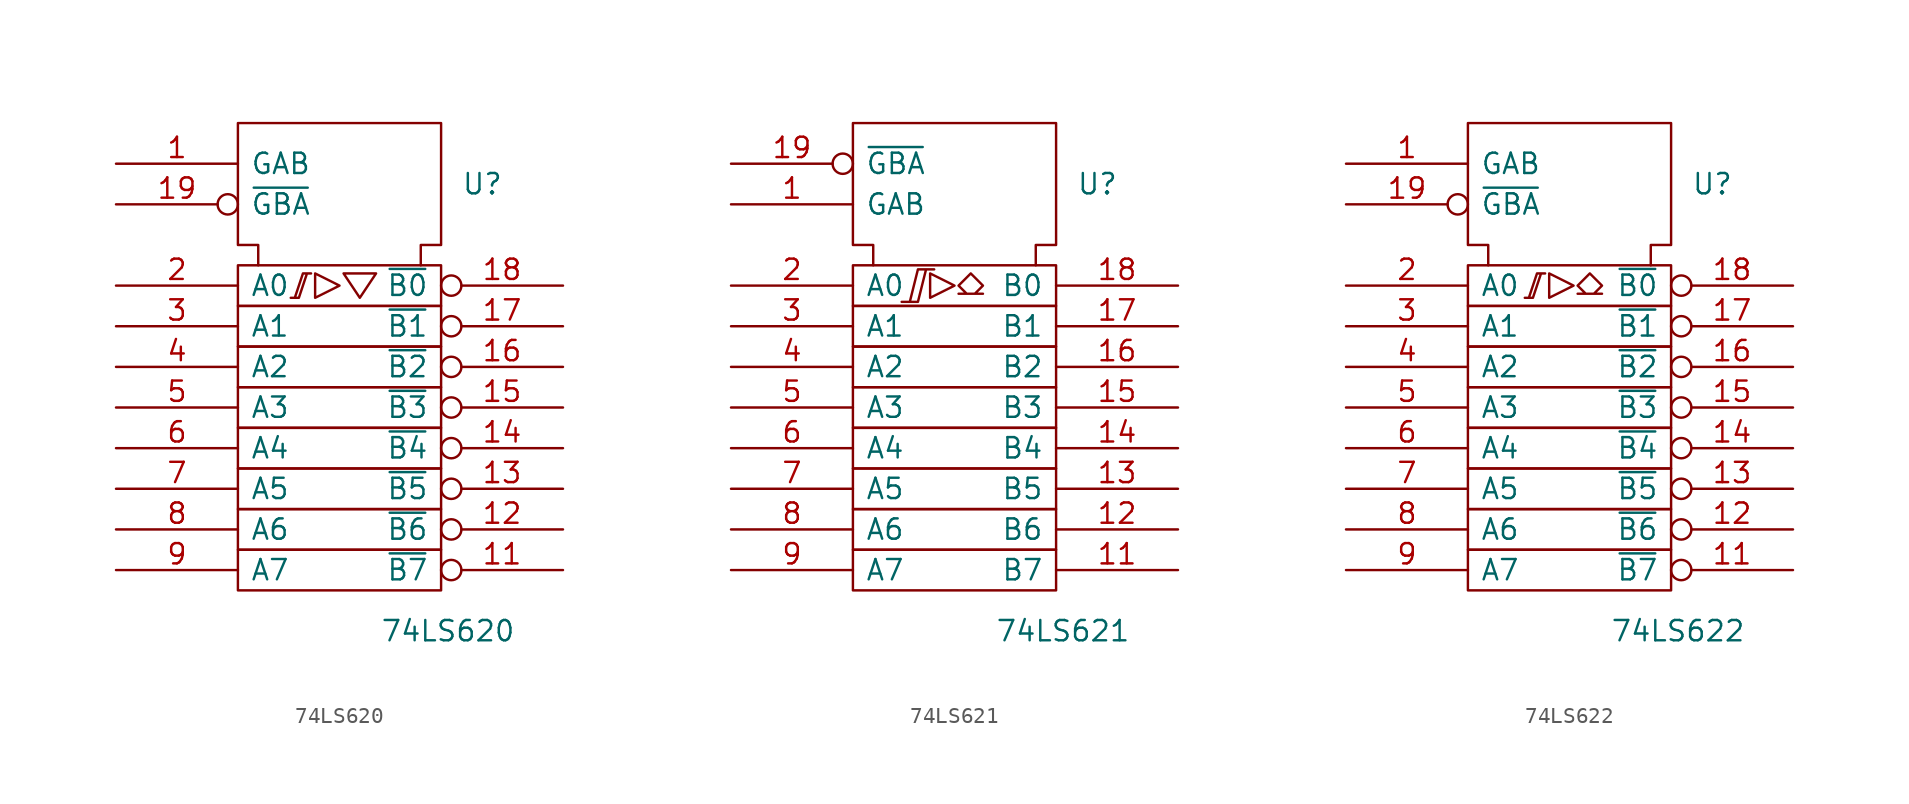
<source format=kicad_sym>
(kicad_symbol_lib
  (version 20231120)
  (generator "kicad_symbol_editor")
  (generator_version "8.0")
  (symbol "74LS620"
    (pin_names
      (offset 0.762))
    (property "Reference" "U"
      (at 7.62 12.7 0)
      (effects (font (size 1.27 1.27)) (justify left)))
    (property "Value" "74LS620"
      (at 2.54 -15.24 0)
      (effects (font (size 1.27 1.27)) (justify left)))
    (symbol "74LS620_0_0"
      (polyline (pts (xy -1.524 7.112) (xy -1.524 5.588) (xy 0 6.35) (xy -1.524 7.112) (xy -1.524 7.112)) (stroke (width 0) (type default)) (fill (type none)))
      (polyline (pts (xy 0.254 7.112) (xy 2.286 7.112) (xy 1.27 5.588) (xy 0.254 7.112) (xy 0.254 7.112)) (stroke (width 0) (type default)) (fill (type none)))
      (polyline (pts (xy -2.54 5.588) (xy -3.048 5.588) (xy -2.54 5.588) (xy -2.032 7.112) (xy -1.778 7.112) (xy -2.286 7.112) (xy -2.794 5.588) (xy -2.794 5.588)) (stroke (width 0) (type default)) (fill (type none)))
      (pin power_in line (at 1.27 16.51 270) (length 0) hide (name "GND" (effects (font (size 1.27 1.27)))) (number "10" (effects (font (size 1.27 1.27)))))
      (pin power_in line (at 5.08 16.51 270) (length 0) hide (name "VCC" (effects (font (size 1.27 1.27)))) (number "20" (effects (font (size 1.27 1.27))))))
    (symbol "74LS620_0_1"
      (rectangle (start -6.35 -10.16) (end 6.35 -12.7) (stroke (width 0) (type default)) (fill (type none)))
      (rectangle (start -6.35 -7.62) (end 6.35 -10.16) (stroke (width 0) (type default)) (fill (type none)))
      (rectangle (start -6.35 -5.08) (end 6.35 -7.62) (stroke (width 0) (type default)) (fill (type none)))
      (rectangle (start -6.35 -2.54) (end 6.35 -5.08) (stroke (width 0) (type default)) (fill (type none)))
      (rectangle (start -6.35 0) (end 6.35 -2.54) (stroke (width 0) (type default)) (fill (type none)))
      (rectangle (start -6.35 2.54) (end 6.35 0) (stroke (width 0) (type default)) (fill (type none)))
      (rectangle (start -6.35 5.08) (end 6.35 2.54) (stroke (width 0) (type default)) (fill (type none)))
      (rectangle (start -6.35 7.62) (end 6.35 5.08) (stroke (width 0) (type default)) (fill (type none)))
      (polyline (pts (xy -5.08 7.62) (xy -5.08 8.89) (xy -6.35 8.89) (xy -6.35 16.51) (xy 6.35 16.51) (xy 6.35 8.89) (xy 5.08 8.89) (xy 5.08 7.62) (xy 5.08 7.62)) (stroke (width 0) (type default)) (fill (type none))))
    (symbol "74LS620_1_1"
      (pin input line (at -13.97 13.97 0) (length 7.62) (name "GAB" (effects (font (size 1.27 1.27)))) (number "1" (effects (font (size 1.27 1.27)))))
      (pin tri_state inverted (at 13.97 -11.43 180) (length 7.62) (name "~{B7}" (effects (font (size 1.27 1.27)))) (number "11" (effects (font (size 1.27 1.27)))))
      (pin tri_state inverted (at 13.97 -8.89 180) (length 7.62) (name "~{B6}" (effects (font (size 1.27 1.27)))) (number "12" (effects (font (size 1.27 1.27)))))
      (pin tri_state inverted (at 13.97 -6.35 180) (length 7.62) (name "~{B5}" (effects (font (size 1.27 1.27)))) (number "13" (effects (font (size 1.27 1.27)))))
      (pin tri_state inverted (at 13.97 -3.81 180) (length 7.62) (name "~{B4}" (effects (font (size 1.27 1.27)))) (number "14" (effects (font (size 1.27 1.27)))))
      (pin tri_state inverted (at 13.97 -1.27 180) (length 7.62) (name "~{B3}" (effects (font (size 1.27 1.27)))) (number "15" (effects (font (size 1.27 1.27)))))
      (pin tri_state inverted (at 13.97 1.27 180) (length 7.62) (name "~{B2}" (effects (font (size 1.27 1.27)))) (number "16" (effects (font (size 1.27 1.27)))))
      (pin tri_state inverted (at 13.97 3.81 180) (length 7.62) (name "~{B1}" (effects (font (size 1.27 1.27)))) (number "17" (effects (font (size 1.27 1.27)))))
      (pin tri_state inverted (at 13.97 6.35 180) (length 7.62) (name "~{B0}" (effects (font (size 1.27 1.27)))) (number "18" (effects (font (size 1.27 1.27)))))
      (pin input inverted (at -13.97 11.43 0) (length 7.62) (name "~{GBA}" (effects (font (size 1.27 1.27)))) (number "19" (effects (font (size 1.27 1.27)))))
      (pin tri_state line (at -13.97 6.35 0) (length 7.62) (name "A0" (effects (font (size 1.27 1.27)))) (number "2" (effects (font (size 1.27 1.27)))))
      (pin tri_state line (at -13.97 3.81 0) (length 7.62) (name "A1" (effects (font (size 1.27 1.27)))) (number "3" (effects (font (size 1.27 1.27)))))
      (pin tri_state line (at -13.97 1.27 0) (length 7.62) (name "A2" (effects (font (size 1.27 1.27)))) (number "4" (effects (font (size 1.27 1.27)))))
      (pin tri_state line (at -13.97 -1.27 0) (length 7.62) (name "A3" (effects (font (size 1.27 1.27)))) (number "5" (effects (font (size 1.27 1.27)))))
      (pin tri_state line (at -13.97 -3.81 0) (length 7.62) (name "A4" (effects (font (size 1.27 1.27)))) (number "6" (effects (font (size 1.27 1.27)))))
      (pin tri_state line (at -13.97 -6.35 0) (length 7.62) (name "A5" (effects (font (size 1.27 1.27)))) (number "7" (effects (font (size 1.27 1.27)))))
      (pin tri_state line (at -13.97 -8.89 0) (length 7.62) (name "A6" (effects (font (size 1.27 1.27)))) (number "8" (effects (font (size 1.27 1.27)))))
      (pin tri_state line (at -13.97 -11.43 0) (length 7.62) (name "A7" (effects (font (size 1.27 1.27)))) (number "9" (effects (font (size 1.27 1.27)))))))
  (symbol "74LS621"
    (pin_names
      (offset 0.762))
    (property "Reference" "U"
      (at 7.62 12.7 0)
      (effects (font (size 1.27 1.27)) (justify left)))
    (property "Value" "74LS621"
      (at 2.54 -15.24 0)
      (effects (font (size 1.27 1.27)) (justify left)))
    (symbol "74LS621_0_0"
      (polyline (pts (xy -1.524 7.112) (xy -1.524 5.588) (xy 0 6.35) (xy -1.524 7.112) (xy -1.524 7.112)) (stroke (width 0) (type default)) (fill (type none)))
      (polyline (pts (xy -3.302 5.334) (xy -2.286 5.334) (xy -1.778 7.366) (xy -1.27 7.366) (xy -2.286 7.366) (xy -2.794 5.334) (xy -2.794 5.334)) (stroke (width 0) (type default)) (fill (type none)))
      (polyline (pts (xy 1.016 7.112) (xy 1.778 6.35) (xy 1.27 5.842) (xy 1.778 5.842) (xy 0.254 5.842) (xy 0.762 5.842) (xy 0.254 6.35) (xy 1.016 7.112) (xy 1.016 7.112)) (stroke (width 0) (type default)) (fill (type none)))
      (pin power_in line (at 1.27 16.51 270) (length 0) hide (name "GND" (effects (font (size 1.27 1.27)))) (number "10" (effects (font (size 1.27 1.27)))))
      (pin power_in line (at 5.08 16.51 270) (length 0) hide (name "VCC" (effects (font (size 1.27 1.27)))) (number "20" (effects (font (size 1.27 1.27))))))
    (symbol "74LS621_0_1"
      (rectangle (start -6.35 -10.16) (end 6.35 -12.7) (stroke (width 0) (type default)) (fill (type none)))
      (rectangle (start -6.35 -7.62) (end 6.35 -10.16) (stroke (width 0) (type default)) (fill (type none)))
      (rectangle (start -6.35 -5.08) (end 6.35 -7.62) (stroke (width 0) (type default)) (fill (type none)))
      (rectangle (start -6.35 -2.54) (end 6.35 -5.08) (stroke (width 0) (type default)) (fill (type none)))
      (rectangle (start -6.35 0) (end 6.35 -2.54) (stroke (width 0) (type default)) (fill (type none)))
      (rectangle (start -6.35 2.54) (end 6.35 0) (stroke (width 0) (type default)) (fill (type none)))
      (rectangle (start -6.35 5.08) (end 6.35 2.54) (stroke (width 0) (type default)) (fill (type none)))
      (rectangle (start -6.35 7.62) (end 6.35 5.08) (stroke (width 0) (type default)) (fill (type none)))
      (polyline (pts (xy -5.08 7.62) (xy -5.08 8.89) (xy -6.35 8.89) (xy -6.35 16.51) (xy 6.35 16.51) (xy 6.35 8.89) (xy 5.08 8.89) (xy 5.08 7.62) (xy 5.08 7.62)) (stroke (width 0) (type default)) (fill (type none))))
    (symbol "74LS621_1_1"
      (pin input line (at -13.97 11.43 0) (length 7.62) (name "GAB" (effects (font (size 1.27 1.27)))) (number "1" (effects (font (size 1.27 1.27)))))
      (pin tri_state line (at 13.97 -11.43 180) (length 7.62) (name "B7" (effects (font (size 1.27 1.27)))) (number "11" (effects (font (size 1.27 1.27)))))
      (pin tri_state line (at 13.97 -8.89 180) (length 7.62) (name "B6" (effects (font (size 1.27 1.27)))) (number "12" (effects (font (size 1.27 1.27)))))
      (pin tri_state line (at 13.97 -6.35 180) (length 7.62) (name "B5" (effects (font (size 1.27 1.27)))) (number "13" (effects (font (size 1.27 1.27)))))
      (pin tri_state line (at 13.97 -3.81 180) (length 7.62) (name "B4" (effects (font (size 1.27 1.27)))) (number "14" (effects (font (size 1.27 1.27)))))
      (pin tri_state line (at 13.97 -1.27 180) (length 7.62) (name "B3" (effects (font (size 1.27 1.27)))) (number "15" (effects (font (size 1.27 1.27)))))
      (pin tri_state line (at 13.97 1.27 180) (length 7.62) (name "B2" (effects (font (size 1.27 1.27)))) (number "16" (effects (font (size 1.27 1.27)))))
      (pin tri_state line (at 13.97 3.81 180) (length 7.62) (name "B1" (effects (font (size 1.27 1.27)))) (number "17" (effects (font (size 1.27 1.27)))))
      (pin tri_state line (at 13.97 6.35 180) (length 7.62) (name "B0" (effects (font (size 1.27 1.27)))) (number "18" (effects (font (size 1.27 1.27)))))
      (pin input inverted (at -13.97 13.97 0) (length 7.62) (name "~{GBA}" (effects (font (size 1.27 1.27)))) (number "19" (effects (font (size 1.27 1.27)))))
      (pin tri_state line (at -13.97 6.35 0) (length 7.62) (name "A0" (effects (font (size 1.27 1.27)))) (number "2" (effects (font (size 1.27 1.27)))))
      (pin tri_state line (at -13.97 3.81 0) (length 7.62) (name "A1" (effects (font (size 1.27 1.27)))) (number "3" (effects (font (size 1.27 1.27)))))
      (pin tri_state line (at -13.97 1.27 0) (length 7.62) (name "A2" (effects (font (size 1.27 1.27)))) (number "4" (effects (font (size 1.27 1.27)))))
      (pin tri_state line (at -13.97 -1.27 0) (length 7.62) (name "A3" (effects (font (size 1.27 1.27)))) (number "5" (effects (font (size 1.27 1.27)))))
      (pin tri_state line (at -13.97 -3.81 0) (length 7.62) (name "A4" (effects (font (size 1.27 1.27)))) (number "6" (effects (font (size 1.27 1.27)))))
      (pin tri_state line (at -13.97 -6.35 0) (length 7.62) (name "A5" (effects (font (size 1.27 1.27)))) (number "7" (effects (font (size 1.27 1.27)))))
      (pin tri_state line (at -13.97 -8.89 0) (length 7.62) (name "A6" (effects (font (size 1.27 1.27)))) (number "8" (effects (font (size 1.27 1.27)))))
      (pin tri_state line (at -13.97 -11.43 0) (length 7.62) (name "A7" (effects (font (size 1.27 1.27)))) (number "9" (effects (font (size 1.27 1.27)))))))
  (symbol "74LS622"
    (pin_names
      (offset 0.762))
    (property "Reference" "U"
      (at 7.62 12.7 0)
      (effects (font (size 1.27 1.27)) (justify left)))
    (property "Value" "74LS622"
      (at 2.54 -15.24 0)
      (effects (font (size 1.27 1.27)) (justify left)))
    (symbol "74LS622_0_0"
      (polyline (pts (xy -1.27 7.112) (xy -1.27 5.588) (xy 0.254 6.35) (xy -1.27 7.112) (xy -1.27 7.112)) (stroke (width 0) (type default)) (fill (type none)))
      (polyline (pts (xy -2.286 5.588) (xy -2.794 5.588) (xy -2.286 5.588) (xy -1.778 7.112) (xy -1.524 7.112) (xy -2.032 7.112) (xy -2.54 5.588) (xy -2.54 5.588)) (stroke (width 0) (type default)) (fill (type none)))
      (polyline (pts (xy 1.27 7.112) (xy 2.032 6.35) (xy 1.524 5.842) (xy 2.032 5.842) (xy 0.508 5.842) (xy 1.016 5.842) (xy 0.508 6.35) (xy 1.27 7.112) (xy 1.27 7.112)) (stroke (width 0) (type default)) (fill (type none)))
      (pin power_in line (at 1.27 16.51 270) (length 0) hide (name "GND" (effects (font (size 1.27 1.27)))) (number "10" (effects (font (size 1.27 1.27)))))
      (pin power_in line (at 5.08 16.51 270) (length 0) hide (name "VCC" (effects (font (size 1.27 1.27)))) (number "20" (effects (font (size 1.27 1.27))))))
    (symbol "74LS622_0_1"
      (rectangle (start -6.35 -10.16) (end 6.35 -12.7) (stroke (width 0) (type default)) (fill (type none)))
      (rectangle (start -6.35 -7.62) (end 6.35 -10.16) (stroke (width 0) (type default)) (fill (type none)))
      (rectangle (start -6.35 -5.08) (end 6.35 -7.62) (stroke (width 0) (type default)) (fill (type none)))
      (rectangle (start -6.35 -2.54) (end 6.35 -5.08) (stroke (width 0) (type default)) (fill (type none)))
      (rectangle (start -6.35 0) (end 6.35 -2.54) (stroke (width 0) (type default)) (fill (type none)))
      (rectangle (start -6.35 2.54) (end 6.35 0) (stroke (width 0) (type default)) (fill (type none)))
      (rectangle (start -6.35 5.08) (end 6.35 2.54) (stroke (width 0) (type default)) (fill (type none)))
      (rectangle (start -6.35 7.62) (end 6.35 5.08) (stroke (width 0) (type default)) (fill (type none)))
      (polyline (pts (xy -5.08 7.62) (xy -5.08 8.89) (xy -6.35 8.89) (xy -6.35 16.51) (xy 6.35 16.51) (xy 6.35 8.89) (xy 5.08 8.89) (xy 5.08 7.62) (xy 5.08 7.62)) (stroke (width 0) (type default)) (fill (type none))))
    (symbol "74LS622_1_1"
      (pin input line (at -13.97 13.97 0) (length 7.62) (name "GAB" (effects (font (size 1.27 1.27)))) (number "1" (effects (font (size 1.27 1.27)))))
      (pin tri_state inverted (at 13.97 -11.43 180) (length 7.62) (name "~{B7}" (effects (font (size 1.27 1.27)))) (number "11" (effects (font (size 1.27 1.27)))))
      (pin tri_state inverted (at 13.97 -8.89 180) (length 7.62) (name "~{B6}" (effects (font (size 1.27 1.27)))) (number "12" (effects (font (size 1.27 1.27)))))
      (pin tri_state inverted (at 13.97 -6.35 180) (length 7.62) (name "~{B5}" (effects (font (size 1.27 1.27)))) (number "13" (effects (font (size 1.27 1.27)))))
      (pin tri_state inverted (at 13.97 -3.81 180) (length 7.62) (name "~{B4}" (effects (font (size 1.27 1.27)))) (number "14" (effects (font (size 1.27 1.27)))))
      (pin tri_state inverted (at 13.97 -1.27 180) (length 7.62) (name "~{B3}" (effects (font (size 1.27 1.27)))) (number "15" (effects (font (size 1.27 1.27)))))
      (pin tri_state inverted (at 13.97 1.27 180) (length 7.62) (name "~{B2}" (effects (font (size 1.27 1.27)))) (number "16" (effects (font (size 1.27 1.27)))))
      (pin tri_state inverted (at 13.97 3.81 180) (length 7.62) (name "~{B1}" (effects (font (size 1.27 1.27)))) (number "17" (effects (font (size 1.27 1.27)))))
      (pin tri_state inverted (at 13.97 6.35 180) (length 7.62) (name "~{B0}" (effects (font (size 1.27 1.27)))) (number "18" (effects (font (size 1.27 1.27)))))
      (pin input inverted (at -13.97 11.43 0) (length 7.62) (name "~{GBA}" (effects (font (size 1.27 1.27)))) (number "19" (effects (font (size 1.27 1.27)))))
      (pin tri_state line (at -13.97 6.35 0) (length 7.62) (name "A0" (effects (font (size 1.27 1.27)))) (number "2" (effects (font (size 1.27 1.27)))))
      (pin tri_state line (at -13.97 3.81 0) (length 7.62) (name "A1" (effects (font (size 1.27 1.27)))) (number "3" (effects (font (size 1.27 1.27)))))
      (pin tri_state line (at -13.97 1.27 0) (length 7.62) (name "A2" (effects (font (size 1.27 1.27)))) (number "4" (effects (font (size 1.27 1.27)))))
      (pin tri_state line (at -13.97 -1.27 0) (length 7.62) (name "A3" (effects (font (size 1.27 1.27)))) (number "5" (effects (font (size 1.27 1.27)))))
      (pin tri_state line (at -13.97 -3.81 0) (length 7.62) (name "A4" (effects (font (size 1.27 1.27)))) (number "6" (effects (font (size 1.27 1.27)))))
      (pin tri_state line (at -13.97 -6.35 0) (length 7.62) (name "A5" (effects (font (size 1.27 1.27)))) (number "7" (effects (font (size 1.27 1.27)))))
      (pin tri_state line (at -13.97 -8.89 0) (length 7.62) (name "A6" (effects (font (size 1.27 1.27)))) (number "8" (effects (font (size 1.27 1.27)))))
      (pin tri_state line (at -13.97 -11.43 0) (length 7.62) (name "A7" (effects (font (size 1.27 1.27)))) (number "9" (effects (font (size 1.27 1.27))))))))
</source>
